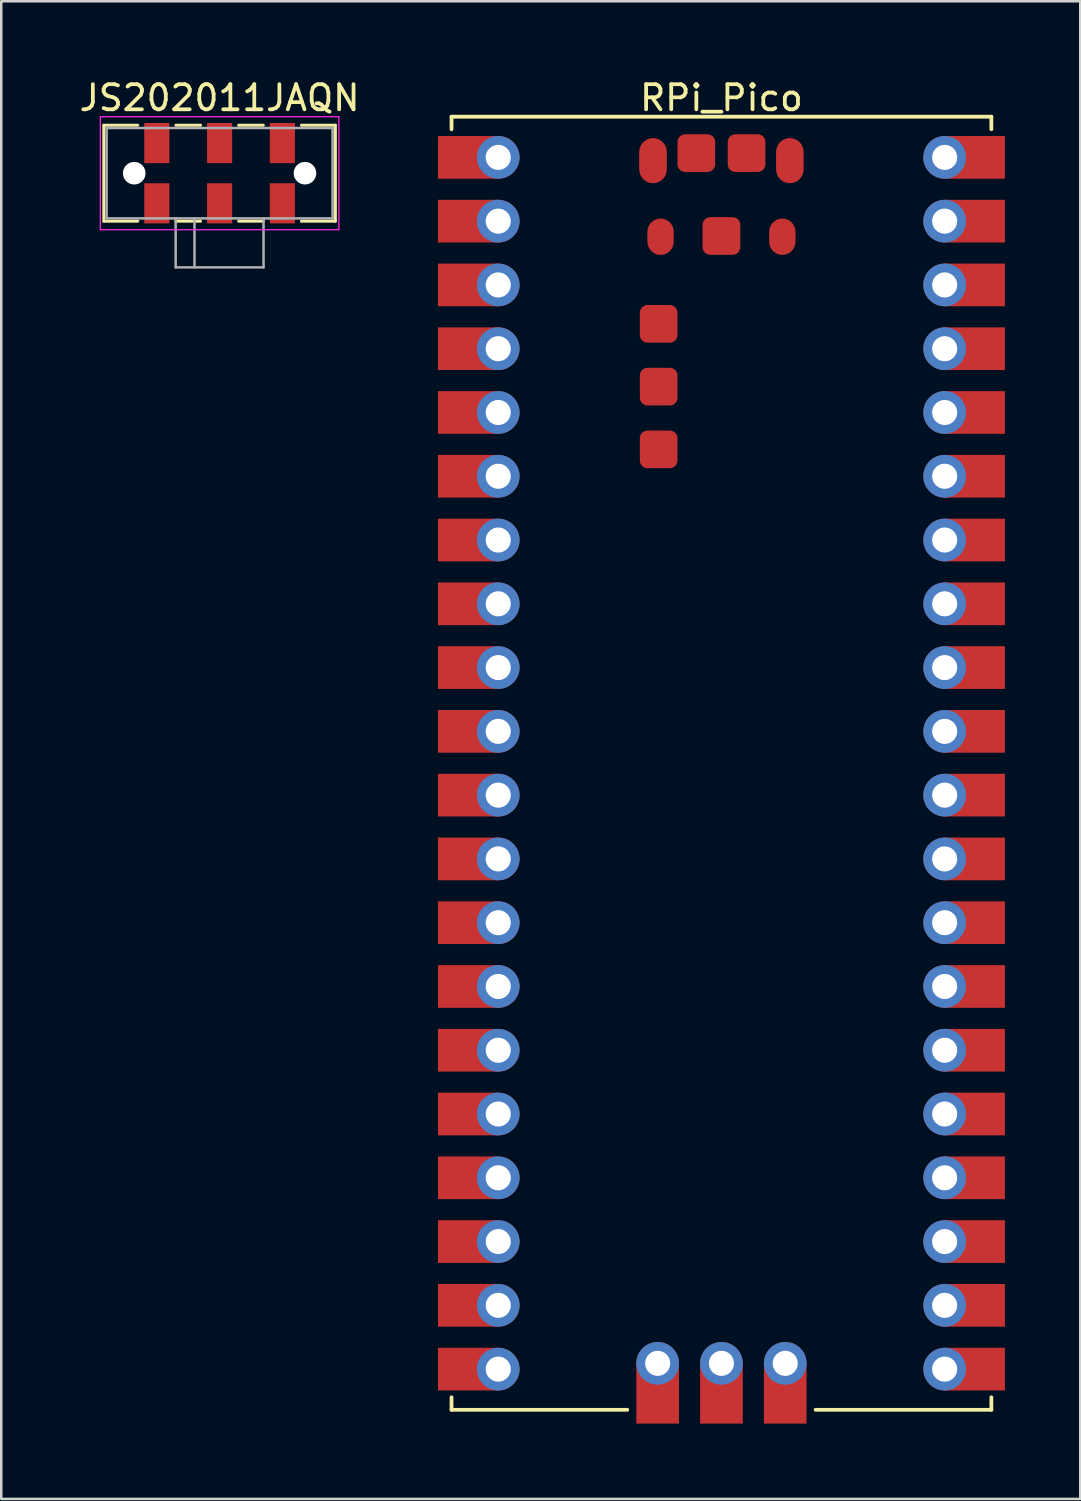
<source format=kicad_pcb>
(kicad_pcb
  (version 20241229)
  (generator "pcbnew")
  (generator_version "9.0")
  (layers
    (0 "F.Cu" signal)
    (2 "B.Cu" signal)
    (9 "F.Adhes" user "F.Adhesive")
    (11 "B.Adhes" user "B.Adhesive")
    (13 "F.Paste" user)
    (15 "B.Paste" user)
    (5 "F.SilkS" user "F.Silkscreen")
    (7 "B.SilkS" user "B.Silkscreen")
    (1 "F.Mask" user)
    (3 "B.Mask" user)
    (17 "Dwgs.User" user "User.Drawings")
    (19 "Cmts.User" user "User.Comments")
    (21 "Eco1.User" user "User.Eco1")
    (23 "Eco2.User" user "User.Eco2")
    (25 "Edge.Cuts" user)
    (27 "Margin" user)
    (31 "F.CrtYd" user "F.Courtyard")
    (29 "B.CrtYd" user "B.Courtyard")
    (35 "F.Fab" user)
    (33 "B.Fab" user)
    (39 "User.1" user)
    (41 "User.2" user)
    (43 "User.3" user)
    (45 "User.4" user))
  (footprint "RPi_Pico"
    (layer "F.Cu")
    (at 25.683 27.348)
    (property "Reference" "RPi_Pico" (at 0 -26.5 0) (layer "F.SilkS") (effects (font (size 1 1) (thickness 0.15))))
    (attr through_hole)
    (fp_line (start -10.75 -25.75) (end -10.75 -25.25) (stroke (width 0.15) (type solid)) (layer "F.SilkS"))
    (fp_line (start -10.75 -25.75) (end 10.75 -25.75) (stroke (width 0.15) (type solid)) (layer "F.SilkS"))
    (fp_line (start -10.75 25.75) (end -10.75 25.25) (stroke (width 0.15) (type solid)) (layer "F.SilkS"))
    (fp_line (start -10.75 25.75) (end -3.75 25.75) (stroke (width 0.15) (type solid)) (layer "F.SilkS"))
    (fp_line (start 10.75 -25.75) (end 10.75 -25.25) (stroke (width 0.15) (type solid)) (layer "F.SilkS"))
    (fp_line (start 10.75 25.75) (end 3.75 25.75) (stroke (width 0.15) (type solid)) (layer "F.SilkS"))
    (fp_line (start 10.75 25.75) (end 10.75 25.25) (stroke (width 0.15) (type solid)) (layer "F.SilkS"))
    (pad "1" smd rect (at -10.09 -24.13) (size 2.4 1.7) (layers "F.Cu" "F.Mask" "F.Paste"))
    (pad "1" thru_hole circle (at -8.89 -24.13) (size 1.7 1.7) (drill 1) (layers "*.Cu" "*.Mask"))
    (pad "2" smd rect (at -10.09 -21.59) (size 2.4 1.7) (layers "F.Cu" "F.Mask" "F.Paste"))
    (pad "2" thru_hole circle (at -8.89 -21.59) (size 1.7 1.7) (drill 1) (layers "*.Cu" "*.Mask"))
    (pad "3" smd rect (at -10.09 -19.05) (size 2.4 1.7) (layers "F.Cu" "F.Mask" "F.Paste"))
    (pad "3" thru_hole circle (at -8.89 -19.05) (size 1.7 1.7) (drill 1) (layers "*.Cu" "*.Mask"))
    (pad "4" smd rect (at -10.09 -16.51) (size 2.4 1.7) (layers "F.Cu" "F.Mask" "F.Paste"))
    (pad "4" thru_hole circle (at -8.89 -16.51) (size 1.7 1.7) (drill 1) (layers "*.Cu" "*.Mask"))
    (pad "5" smd rect (at -10.09 -13.97) (size 2.4 1.7) (layers "F.Cu" "F.Mask" "F.Paste"))
    (pad "5" thru_hole circle (at -8.89 -13.97) (size 1.7 1.7) (drill 1) (layers "*.Cu" "*.Mask"))
    (pad "6" smd rect (at -10.09 -11.43) (size 2.4 1.7) (layers "F.Cu" "F.Mask" "F.Paste"))
    (pad "6" thru_hole circle (at -8.89 -11.43) (size 1.7 1.7) (drill 1) (layers "*.Cu" "*.Mask"))
    (pad "7" smd rect (at -10.09 -8.89) (size 2.4 1.7) (layers "F.Cu" "F.Mask" "F.Paste"))
    (pad "7" thru_hole circle (at -8.89 -8.89) (size 1.7 1.7) (drill 1) (layers "*.Cu" "*.Mask"))
    (pad "8" smd rect (at -10.09 -6.35) (size 2.4 1.7) (layers "F.Cu" "F.Mask" "F.Paste"))
    (pad "8" thru_hole circle (at -8.89 -6.35) (size 1.7 1.7) (drill 1) (layers "*.Cu" "*.Mask"))
    (pad "9" smd rect (at -10.09 -3.81) (size 2.4 1.7) (layers "F.Cu" "F.Mask" "F.Paste"))
    (pad "9" thru_hole circle (at -8.89 -3.81) (size 1.7 1.7) (drill 1) (layers "*.Cu" "*.Mask"))
    (pad "10" smd rect (at -10.09 -1.27) (size 2.4 1.7) (layers "F.Cu" "F.Mask" "F.Paste"))
    (pad "10" thru_hole circle (at -8.89 -1.27) (size 1.7 1.7) (drill 1) (layers "*.Cu" "*.Mask"))
    (pad "11" smd rect (at -10.09 1.27) (size 2.4 1.7) (layers "F.Cu" "F.Mask" "F.Paste"))
    (pad "11" thru_hole circle (at -8.89 1.27) (size 1.7 1.7) (drill 1) (layers "*.Cu" "*.Mask"))
    (pad "12" smd rect (at -10.09 3.81) (size 2.4 1.7) (layers "F.Cu" "F.Mask" "F.Paste"))
    (pad "12" thru_hole circle (at -8.89 3.81) (size 1.7 1.7) (drill 1) (layers "*.Cu" "*.Mask"))
    (pad "13" smd rect (at -10.09 6.35) (size 2.4 1.7) (layers "F.Cu" "F.Mask" "F.Paste"))
    (pad "13" thru_hole circle (at -8.89 6.35) (size 1.7 1.7) (drill 1) (layers "*.Cu" "*.Mask"))
    (pad "14" smd rect (at -10.09 8.89) (size 2.4 1.7) (layers "F.Cu" "F.Mask" "F.Paste"))
    (pad "14" thru_hole circle (at -8.89 8.89) (size 1.7 1.7) (drill 1) (layers "*.Cu" "*.Mask"))
    (pad "15" smd rect (at -10.09 11.43) (size 2.4 1.7) (layers "F.Cu" "F.Mask" "F.Paste"))
    (pad "15" thru_hole circle (at -8.89 11.43) (size 1.7 1.7) (drill 1) (layers "*.Cu" "*.Mask"))
    (pad "16" smd rect (at -10.09 13.97) (size 2.4 1.7) (layers "F.Cu" "F.Mask" "F.Paste"))
    (pad "16" thru_hole circle (at -8.89 13.97) (size 1.7 1.7) (drill 1) (layers "*.Cu" "*.Mask"))
    (pad "17" smd rect (at -10.09 16.51) (size 2.4 1.7) (layers "F.Cu" "F.Mask" "F.Paste"))
    (pad "17" thru_hole circle (at -8.89 16.51) (size 1.7 1.7) (drill 1) (layers "*.Cu" "*.Mask"))
    (pad "18" smd rect (at -10.09 19.05) (size 2.4 1.7) (layers "F.Cu" "F.Mask" "F.Paste"))
    (pad "18" thru_hole circle (at -8.89 19.05) (size 1.7 1.7) (drill 1) (layers "*.Cu" "*.Mask"))
    (pad "19" smd rect (at -10.09 21.59) (size 2.4 1.7) (layers "F.Cu" "F.Mask" "F.Paste"))
    (pad "19" thru_hole circle (at -8.89 21.59) (size 1.7 1.7) (drill 1) (layers "*.Cu" "*.Mask"))
    (pad "20" smd rect (at -10.09 24.13) (size 2.4 1.7) (layers "F.Cu" "F.Mask" "F.Paste"))
    (pad "20" thru_hole circle (at -8.89 24.13) (size 1.7 1.7) (drill 1) (layers "*.Cu" "*.Mask"))
    (pad "21" thru_hole circle (at 8.89 24.13) (size 1.7 1.7) (drill 1) (layers "*.Cu" "*.Mask"))
    (pad "21" smd rect (at 10.09 24.13) (size 2.4 1.7) (layers "F.Cu" "F.Mask" "F.Paste"))
    (pad "22" thru_hole circle (at 8.89 21.59) (size 1.7 1.7) (drill 1) (layers "*.Cu" "*.Mask"))
    (pad "22" smd rect (at 10.09 21.59) (size 2.4 1.7) (layers "F.Cu" "F.Mask" "F.Paste"))
    (pad "23" thru_hole circle (at 8.89 19.05) (size 1.7 1.7) (drill 1) (layers "*.Cu" "*.Mask"))
    (pad "23" smd rect (at 10.09 19.05) (size 2.4 1.7) (layers "F.Cu" "F.Mask" "F.Paste"))
    (pad "24" thru_hole circle (at 8.89 16.51) (size 1.7 1.7) (drill 1) (layers "*.Cu" "*.Mask"))
    (pad "24" smd rect (at 10.09 16.51) (size 2.4 1.7) (layers "F.Cu" "F.Mask" "F.Paste"))
    (pad "25" thru_hole circle (at 8.89 13.97) (size 1.7 1.7) (drill 1) (layers "*.Cu" "*.Mask"))
    (pad "25" smd rect (at 10.09 13.97) (size 2.4 1.7) (layers "F.Cu" "F.Mask" "F.Paste"))
    (pad "26" thru_hole circle (at 8.89 11.43) (size 1.7 1.7) (drill 1) (layers "*.Cu" "*.Mask"))
    (pad "26" smd rect (at 10.09 11.43) (size 2.4 1.7) (layers "F.Cu" "F.Mask" "F.Paste"))
    (pad "27" thru_hole circle (at 8.89 8.89) (size 1.7 1.7) (drill 1) (layers "*.Cu" "*.Mask"))
    (pad "27" smd rect (at 10.09 8.89) (size 2.4 1.7) (layers "F.Cu" "F.Mask" "F.Paste"))
    (pad "28" thru_hole circle (at 8.89 6.35) (size 1.7 1.7) (drill 1) (layers "*.Cu" "*.Mask"))
    (pad "28" smd rect (at 10.09 6.35) (size 2.4 1.7) (layers "F.Cu" "F.Mask" "F.Paste"))
    (pad "29" thru_hole circle (at 8.89 3.81) (size 1.7 1.7) (drill 1) (layers "*.Cu" "*.Mask"))
    (pad "29" smd rect (at 10.09 3.81) (size 2.4 1.7) (layers "F.Cu" "F.Mask" "F.Paste"))
    (pad "30" thru_hole circle (at 8.89 1.27) (size 1.7 1.7) (drill 1) (layers "*.Cu" "*.Mask"))
    (pad "30" smd rect (at 10.09 1.27) (size 2.4 1.7) (layers "F.Cu" "F.Mask" "F.Paste"))
    (pad "31" thru_hole circle (at 8.89 -1.27) (size 1.7 1.7) (drill 1) (layers "*.Cu" "*.Mask"))
    (pad "31" smd rect (at 10.09 -1.27) (size 2.4 1.7) (layers "F.Cu" "F.Mask" "F.Paste"))
    (pad "32" thru_hole circle (at 8.89 -3.81) (size 1.7 1.7) (drill 1) (layers "*.Cu" "*.Mask"))
    (pad "32" smd rect (at 10.09 -3.81) (size 2.4 1.7) (layers "F.Cu" "F.Mask" "F.Paste"))
    (pad "33" thru_hole circle (at 8.89 -6.35) (size 1.7 1.7) (drill 1) (layers "*.Cu" "*.Mask"))
    (pad "33" smd rect (at 10.09 -6.35) (size 2.4 1.7) (layers "F.Cu" "F.Mask" "F.Paste"))
    (pad "34" thru_hole circle (at 8.89 -8.89) (size 1.7 1.7) (drill 1) (layers "*.Cu" "*.Mask"))
    (pad "34" smd rect (at 10.09 -8.89) (size 2.4 1.7) (layers "F.Cu" "F.Mask" "F.Paste"))
    (pad "35" thru_hole circle (at 8.89 -11.43) (size 1.7 1.7) (drill 1) (layers "*.Cu" "*.Mask"))
    (pad "35" smd rect (at 10.09 -11.43) (size 2.4 1.7) (layers "F.Cu" "F.Mask" "F.Paste"))
    (pad "36" thru_hole circle (at 8.89 -13.97) (size 1.7 1.7) (drill 1) (layers "*.Cu" "*.Mask"))
    (pad "36" smd rect (at 10.09 -13.97) (size 2.4 1.7) (layers "F.Cu" "F.Mask" "F.Paste"))
    (pad "37" thru_hole circle (at 8.89 -16.51) (size 1.7 1.7) (drill 1) (layers "*.Cu" "*.Mask"))
    (pad "37" smd rect (at 10.09 -16.51) (size 2.4 1.7) (layers "F.Cu" "F.Mask" "F.Paste"))
    (pad "38" thru_hole circle (at 8.89 -19.05) (size 1.7 1.7) (drill 1) (layers "*.Cu" "*.Mask"))
    (pad "38" smd rect (at 10.09 -19.05) (size 2.4 1.7) (layers "F.Cu" "F.Mask" "F.Paste"))
    (pad "39" thru_hole circle (at 8.89 -21.59) (size 1.7 1.7) (drill 1) (layers "*.Cu" "*.Mask"))
    (pad "39" smd rect (at 10.09 -21.59) (size 2.4 1.7) (layers "F.Cu" "F.Mask" "F.Paste"))
    (pad "40" thru_hole circle (at 8.89 -24.13) (size 1.7 1.7) (drill 1) (layers "*.Cu" "*.Mask"))
    (pad "40" smd rect (at 10.09 -24.13) (size 2.4 1.7) (layers "F.Cu" "F.Mask" "F.Paste"))
    (pad "D1" thru_hole circle (at -2.54 23.9 90) (size 1.7 1.7) (drill 1) (layers "*.Cu" "*.Mask"))
    (pad "D1" smd rect (at -2.54 25.1 90) (size 2.4 1.7) (layers "F.Cu" "F.Mask" "F.Paste"))
    (pad "D2" thru_hole circle (at 0 23.9 90) (size 1.7 1.7) (drill 1) (layers "*.Cu" "*.Mask"))
    (pad "D2" smd rect (at 0 25.1 90) (size 2.4 1.7) (layers "F.Cu" "F.Mask" "F.Paste"))
    (pad "D3" thru_hole circle (at 2.54 23.9 90) (size 1.7 1.7) (drill 1) (layers "*.Cu" "*.Mask"))
    (pad "D3" smd rect (at 2.54 25.1 90) (size 2.4 1.7) (layers "F.Cu" "F.Mask" "F.Paste"))
    (pad "MNT" smd roundrect (at -2.725 -24 90) (size 1.8 1.1) (layers "F.Cu" "F.Mask" "F.Paste") (roundrect_rratio 0.5))
    (pad "MNT" smd roundrect (at -2.425 -20.97 90) (size 1.45 1.05) (layers "F.Cu" "F.Mask" "F.Paste") (roundrect_rratio 0.5))
    (pad "MNT" smd roundrect (at 2.425 -20.97 90) (size 1.45 1.05) (layers "F.Cu" "F.Mask" "F.Paste") (roundrect_rratio 0.5))
    (pad "MNT" smd roundrect (at 2.725 -24 90) (size 1.8 1.1) (layers "F.Cu" "F.Mask" "F.Paste") (roundrect_rratio 0.5))
    (pad "TP1" smd roundrect (at 0 -21 90) (size 1.5 1.5) (layers "F.Cu" "F.Mask" "F.Paste") (roundrect_rratio 0.2))
    (pad "TP2" smd roundrect (at 1 -24.3 90) (size 1.5 1.5) (layers "F.Cu" "F.Mask" "F.Paste") (roundrect_rratio 0.2))
    (pad "TP3" smd roundrect (at -1 -24.3 90) (size 1.5 1.5) (layers "F.Cu" "F.Mask" "F.Paste") (roundrect_rratio 0.2))
    (pad "TP4" smd roundrect (at -2.5 -17.5 90) (size 1.5 1.5) (layers "F.Cu" "F.Mask" "F.Paste") (roundrect_rratio 0.2))
    (pad "TP5" smd roundrect (at -2.5 -15 90) (size 1.5 1.5) (layers "F.Cu" "F.Mask" "F.Paste") (roundrect_rratio 0.2))
    (pad "TP6" smd roundrect (at -2.5 -12.5 90) (size 1.5 1.5) (layers "F.Cu" "F.Mask" "F.Paste") (roundrect_rratio 0.2)))
  (footprint "JS202011JAQN"
    (layer "F.Cu")
    (at 5.696 3.848)
    (property "Reference" "JS202011JAQN" (at 0 -3 0) (unlocked yes) (layer "F.SilkS") (effects (font (size 1 1) (thickness 0.15))))
    (attr smd)
    (fp_line (start -4.61 -1.91) (end -4.61 1.91) (stroke (width 0.12) (type solid)) (layer "F.SilkS"))
    (fp_line (start -4.61 1.91) (end -3.26 1.91) (stroke (width 0.12) (type solid)) (layer "F.SilkS"))
    (fp_line (start -3.26 -1.91) (end -4.61 -1.91) (stroke (width 0.12) (type solid)) (layer "F.SilkS"))
    (fp_line (start -0.76 -1.91) (end -1.74 -1.91) (stroke (width 0.12) (type solid)) (layer "F.SilkS"))
    (fp_line (start -0.76 1.91) (end -1.74 1.91) (stroke (width 0.12) (type solid)) (layer "F.SilkS"))
    (fp_line (start 1.74 -1.91) (end 0.76 -1.91) (stroke (width 0.12) (type solid)) (layer "F.SilkS"))
    (fp_line (start 1.74 1.91) (end 0.76 1.91) (stroke (width 0.12) (type solid)) (layer "F.SilkS"))
    (fp_line (start 4.61 -1.91) (end 3.26 -1.91) (stroke (width 0.12) (type solid)) (layer "F.SilkS"))
    (fp_line (start 4.61 -1.91) (end 4.61 1.91) (stroke (width 0.12) (type solid)) (layer "F.SilkS"))
    (fp_line (start 4.61 1.91) (end 3.26 1.91) (stroke (width 0.12) (type solid)) (layer "F.SilkS"))
    (fp_line (start -4.75 -2.25) (end -4.75 2.25) (stroke (width 0.05) (type solid)) (layer "F.CrtYd"))
    (fp_line (start -4.75 -2.25) (end 4.75 -2.25) (stroke (width 0.05) (type solid)) (layer "F.CrtYd"))
    (fp_line (start 4.75 -2.25) (end 4.75 2.25) (stroke (width 0.05) (type solid)) (layer "F.CrtYd"))
    (fp_line (start 4.75 2.25) (end -4.75 2.25) (stroke (width 0.05) (type solid)) (layer "F.CrtYd"))
    (fp_line (start -4.5 -1.8) (end 4.5 -1.8) (stroke (width 0.1) (type solid)) (layer "F.Fab"))
    (fp_line (start -4.5 1.8) (end -4.5 -1.8) (stroke (width 0.1) (type solid)) (layer "F.Fab"))
    (fp_line (start -1.75 3.75) (end -1.75 1.8) (stroke (width 0.1) (type solid)) (layer "F.Fab"))
    (fp_line (start -1.75 3.75) (end 1.75 3.75) (stroke (width 0.1) (type solid)) (layer "F.Fab"))
    (fp_line (start -1 1.8) (end -1 3.75) (stroke (width 0.1) (type solid)) (layer "F.Fab"))
    (fp_line (start 1.75 3.75) (end 1.75 1.8) (stroke (width 0.1) (type solid)) (layer "F.Fab"))
    (fp_line (start 4.5 -1.8) (end 4.5 1.8) (stroke (width 0.1) (type solid)) (layer "F.Fab"))
    (fp_line (start 4.5 1.8) (end -4.5 1.8) (stroke (width 0.1) (type solid)) (layer "F.Fab"))
    (pad "" np_thru_hole circle (at -3.4 0) (size 0.9 0.9) (drill 0.9) (layers "*.Cu" "*.Mask"))
    (pad "" np_thru_hole circle (at 3.4 0) (size 0.9 0.9) (drill 0.9) (layers "*.Cu" "*.Mask"))
    (pad "1" smd rect (at -2.5 -1.2) (size 1 1.6) (layers "F.Cu" "F.Mask" "F.Paste"))
    (pad "2" smd rect (at 0 -1.2) (size 1 1.6) (layers "F.Cu" "F.Mask" "F.Paste"))
    (pad "3" smd rect (at 2.5 -1.2) (size 1 1.6) (layers "F.Cu" "F.Mask" "F.Paste"))
    (pad "4" smd rect (at -2.5 1.2) (size 1 1.6) (layers "F.Cu" "F.Mask" "F.Paste"))
    (pad "5" smd rect (at 0 1.2) (size 1 1.6) (layers "F.Cu" "F.Mask" "F.Paste"))
    (pad "6" smd rect (at 2.5 1.2) (size 1 1.6) (layers "F.Cu" "F.Mask" "F.Paste")))
  (gr_rect
    (start -3 -3)
    (end 39.973 56.648)
    (stroke (width 0.1) (type default))
    (fill no)
    (layer "Edge.Cuts")))
</source>
